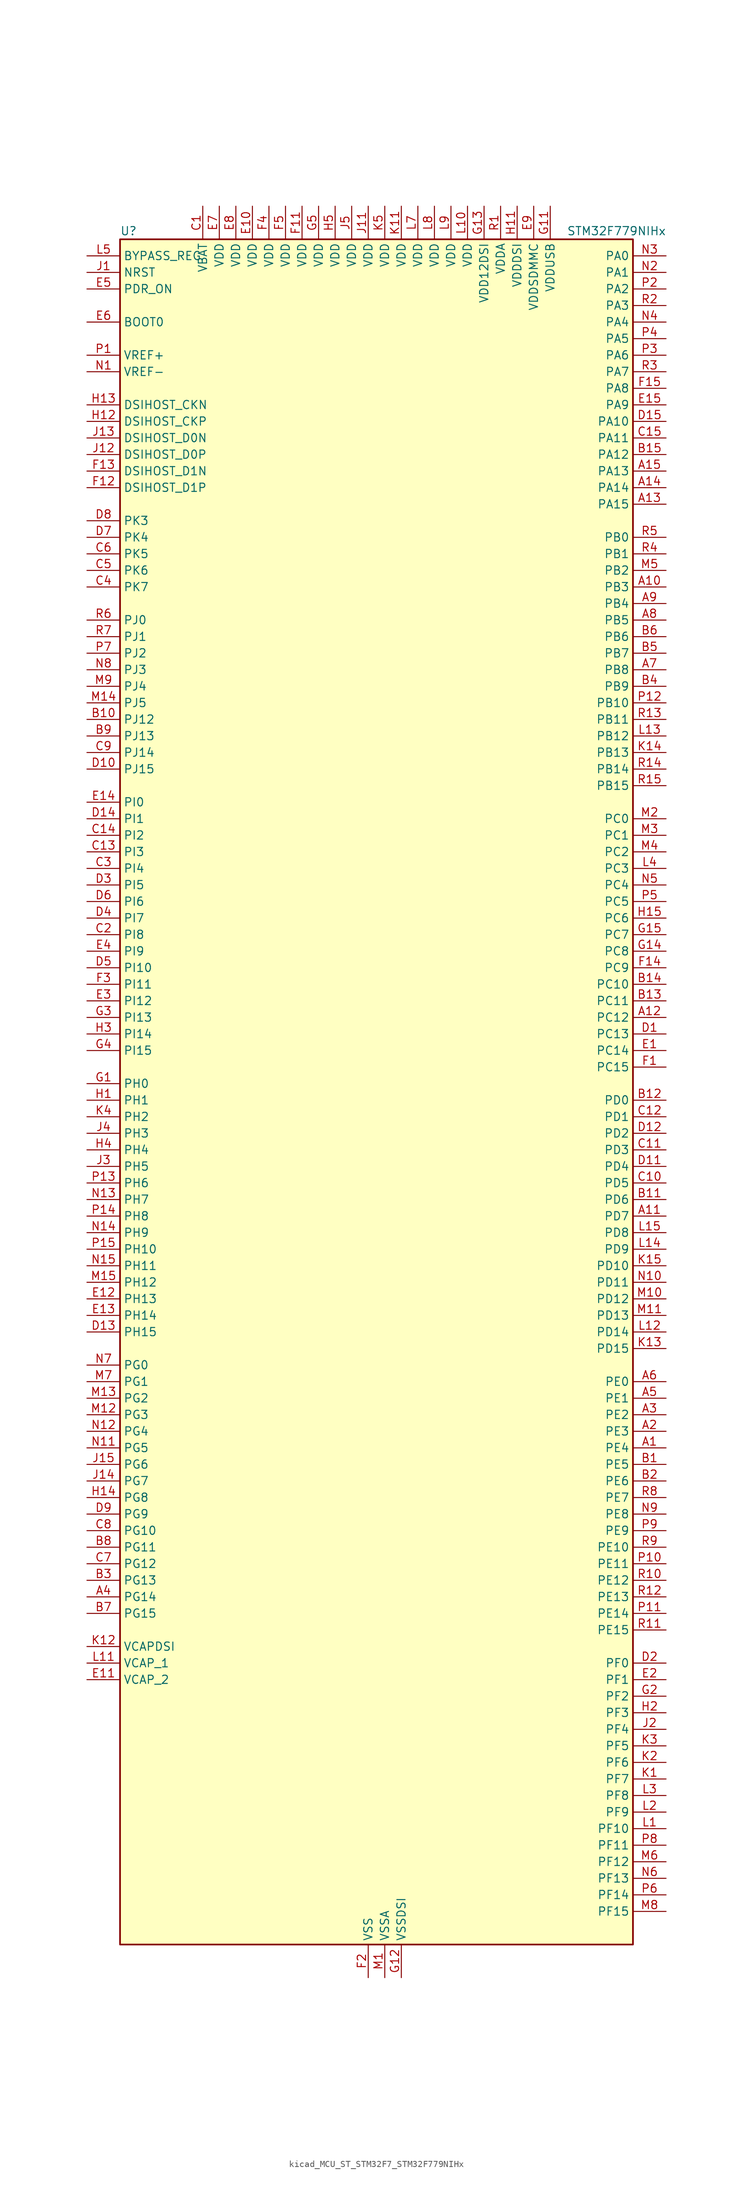
<source format=kicad_sym>
(kicad_symbol_lib
  (version 20220914)
  (generator kicad_symbol_editor)
  (symbol "kicad_MCU_ST_STM32F7_STM32F779NIHx"
    (property "Reference" "U"
      (at -38.1 133.35 0)
      (effects (font (size 1.27 1.27)) (justify left)))
    (property "Value" "STM32F779NIHx"
      (at 30.48 133.35 0)
      (effects (font (size 1.27 1.27)) (justify left)))
    (property "ki_locked" ""
      (at 0 0 0)
      (effects (font (size 1.27 1.27))))
    (symbol "kicad_MCU_ST_STM32F7_STM32F779NIHx_0_1"
      (rectangle (start -38.1 -129.54) (end 40.64 132.08) (stroke (width 0.254) (type default)) (fill (type background))))
    (symbol "kicad_MCU_ST_STM32F7_STM32F779NIHx_1_1"
      (pin bidirectional line (at 45.72 -53.34 180) (length 5.08) (name "PE4" (effects (font (size 1.27 1.27)))) (number "A1" (effects (font (size 1.27 1.27)))) (alternate "DCMI_D4" bidirectional line) (alternate "DFSDM1_DATIN3" bidirectional line) (alternate "FMC_A20" bidirectional line) (alternate "LTDC_B0" bidirectional line) (alternate "SAI1_FS_A" bidirectional line) (alternate "SPI4_NSS" bidirectional line) (alternate "SYS_TRACED1" bidirectional line))
      (pin bidirectional line (at 45.72 78.74 180) (length 5.08) (name "PB3" (effects (font (size 1.27 1.27)))) (number "A10" (effects (font (size 1.27 1.27)))) (alternate "CAN3_RX" bidirectional line) (alternate "I2S1_CK" bidirectional line) (alternate "I2S3_CK" bidirectional line) (alternate "SDMMC2_D2" bidirectional line) (alternate "SPI1_SCK" bidirectional line) (alternate "SPI3_SCK" bidirectional line) (alternate "SPI6_SCK" bidirectional line) (alternate "SYS_JTDO-SWO" bidirectional line) (alternate "TIM2_CH2" bidirectional line) (alternate "UART7_RX" bidirectional line))
      (pin bidirectional line (at 45.72 -17.78 180) (length 5.08) (name "PD7" (effects (font (size 1.27 1.27)))) (number "A11" (effects (font (size 1.27 1.27)))) (alternate "DFSDM1_CKIN1" bidirectional line) (alternate "DFSDM1_DATIN4" bidirectional line) (alternate "FMC_NE1" bidirectional line) (alternate "I2S1_SD" bidirectional line) (alternate "SDMMC2_CMD" bidirectional line) (alternate "SPDIFRX_IN0" bidirectional line) (alternate "SPI1_MOSI" bidirectional line) (alternate "USART2_CK" bidirectional line))
      (pin bidirectional line (at 45.72 12.7 180) (length 5.08) (name "PC12" (effects (font (size 1.27 1.27)))) (number "A12" (effects (font (size 1.27 1.27)))) (alternate "DCMI_D9" bidirectional line) (alternate "I2S3_SD" bidirectional line) (alternate "SDMMC1_CK" bidirectional line) (alternate "SPI3_MOSI" bidirectional line) (alternate "SYS_TRACED3" bidirectional line) (alternate "UART5_TX" bidirectional line) (alternate "USART3_CK" bidirectional line))
      (pin bidirectional line (at 45.72 91.44 180) (length 5.08) (name "PA15" (effects (font (size 1.27 1.27)))) (number "A13" (effects (font (size 1.27 1.27)))) (alternate "CAN3_TX" bidirectional line) (alternate "CEC" bidirectional line) (alternate "I2S1_WS" bidirectional line) (alternate "I2S3_WS" bidirectional line) (alternate "SPI1_NSS" bidirectional line) (alternate "SPI3_NSS" bidirectional line) (alternate "SPI6_NSS" bidirectional line) (alternate "SYS_JTDI" bidirectional line) (alternate "TIM2_CH1" bidirectional line) (alternate "TIM2_ETR" bidirectional line) (alternate "UART4_DE" bidirectional line) (alternate "UART4_RTS" bidirectional line) (alternate "UART7_TX" bidirectional line))
      (pin bidirectional line (at 45.72 93.98 180) (length 5.08) (name "PA14" (effects (font (size 1.27 1.27)))) (number "A14" (effects (font (size 1.27 1.27)))) (alternate "SYS_JTCK-SWCLK" bidirectional line))
      (pin bidirectional line (at 45.72 96.52 180) (length 5.08) (name "PA13" (effects (font (size 1.27 1.27)))) (number "A15" (effects (font (size 1.27 1.27)))) (alternate "SYS_JTMS-SWDIO" bidirectional line))
      (pin bidirectional line (at 45.72 -50.8 180) (length 5.08) (name "PE3" (effects (font (size 1.27 1.27)))) (number "A2" (effects (font (size 1.27 1.27)))) (alternate "FMC_A19" bidirectional line) (alternate "SAI1_SD_B" bidirectional line) (alternate "SYS_TRACED0" bidirectional line))
      (pin bidirectional line (at 45.72 -48.26 180) (length 5.08) (name "PE2" (effects (font (size 1.27 1.27)))) (number "A3" (effects (font (size 1.27 1.27)))) (alternate "ETH_TXD3" bidirectional line) (alternate "FMC_A23" bidirectional line) (alternate "QUADSPI_BK1_IO2" bidirectional line) (alternate "SAI1_MCLK_A" bidirectional line) (alternate "SPI4_SCK" bidirectional line) (alternate "SYS_TRACECLK" bidirectional line))
      (pin bidirectional line (at -43.18 -76.2 0) (length 5.08) (name "PG14" (effects (font (size 1.27 1.27)))) (number "A4" (effects (font (size 1.27 1.27)))) (alternate "ETH_TXD1" bidirectional line) (alternate "FMC_A25" bidirectional line) (alternate "LPTIM1_ETR" bidirectional line) (alternate "LTDC_B0" bidirectional line) (alternate "QUADSPI_BK2_IO3" bidirectional line) (alternate "SPI6_MOSI" bidirectional line) (alternate "SYS_TRACED1" bidirectional line) (alternate "USART6_TX" bidirectional line))
      (pin bidirectional line (at 45.72 -45.72 180) (length 5.08) (name "PE1" (effects (font (size 1.27 1.27)))) (number "A5" (effects (font (size 1.27 1.27)))) (alternate "DCMI_D3" bidirectional line) (alternate "FMC_NBL1" bidirectional line) (alternate "LPTIM1_IN2" bidirectional line) (alternate "UART8_TX" bidirectional line))
      (pin bidirectional line (at 45.72 -43.18 180) (length 5.08) (name "PE0" (effects (font (size 1.27 1.27)))) (number "A6" (effects (font (size 1.27 1.27)))) (alternate "DCMI_D2" bidirectional line) (alternate "FMC_NBL0" bidirectional line) (alternate "LPTIM1_ETR" bidirectional line) (alternate "SAI2_MCLK_A" bidirectional line) (alternate "TIM4_ETR" bidirectional line) (alternate "UART8_RX" bidirectional line))
      (pin bidirectional line (at 45.72 66.04 180) (length 5.08) (name "PB8" (effects (font (size 1.27 1.27)))) (number "A7" (effects (font (size 1.27 1.27)))) (alternate "CAN1_RX" bidirectional line) (alternate "DCMI_D6" bidirectional line) (alternate "DFSDM1_CKIN7" bidirectional line) (alternate "ETH_TXD3" bidirectional line) (alternate "I2C1_SCL" bidirectional line) (alternate "I2C4_SCL" bidirectional line) (alternate "LTDC_B6" bidirectional line) (alternate "SDMMC1_D4" bidirectional line) (alternate "SDMMC2_D4" bidirectional line) (alternate "TIM10_CH1" bidirectional line) (alternate "TIM4_CH3" bidirectional line) (alternate "UART5_RX" bidirectional line))
      (pin bidirectional line (at 45.72 73.66 180) (length 5.08) (name "PB5" (effects (font (size 1.27 1.27)))) (number "A8" (effects (font (size 1.27 1.27)))) (alternate "CAN2_RX" bidirectional line) (alternate "DCMI_D10" bidirectional line) (alternate "ETH_PPS_OUT" bidirectional line) (alternate "FMC_SDCKE1" bidirectional line) (alternate "I2C1_SMBA" bidirectional line) (alternate "I2S1_SD" bidirectional line) (alternate "I2S3_SD" bidirectional line) (alternate "LTDC_G7" bidirectional line) (alternate "SPI1_MOSI" bidirectional line) (alternate "SPI3_MOSI" bidirectional line) (alternate "SPI6_MOSI" bidirectional line) (alternate "TIM3_CH2" bidirectional line) (alternate "UART5_RX" bidirectional line) (alternate "USB_OTG_HS_ULPI_D7" bidirectional line))
      (pin bidirectional line (at 45.72 76.2 180) (length 5.08) (name "PB4" (effects (font (size 1.27 1.27)))) (number "A9" (effects (font (size 1.27 1.27)))) (alternate "CAN3_TX" bidirectional line) (alternate "I2S2_WS" bidirectional line) (alternate "SDMMC2_D3" bidirectional line) (alternate "SPI1_MISO" bidirectional line) (alternate "SPI2_NSS" bidirectional line) (alternate "SPI3_MISO" bidirectional line) (alternate "SPI6_MISO" bidirectional line) (alternate "SYS_JTRST" bidirectional line) (alternate "TIM3_CH1" bidirectional line) (alternate "UART7_TX" bidirectional line))
      (pin bidirectional line (at 45.72 -55.88 180) (length 5.08) (name "PE5" (effects (font (size 1.27 1.27)))) (number "B1" (effects (font (size 1.27 1.27)))) (alternate "DCMI_D6" bidirectional line) (alternate "DFSDM1_CKIN3" bidirectional line) (alternate "FMC_A21" bidirectional line) (alternate "LTDC_G0" bidirectional line) (alternate "SAI1_SCK_A" bidirectional line) (alternate "SPI4_MISO" bidirectional line) (alternate "SYS_TRACED2" bidirectional line) (alternate "TIM9_CH1" bidirectional line))
      (pin bidirectional line (at -43.18 58.42 0) (length 5.08) (name "PJ12" (effects (font (size 1.27 1.27)))) (number "B10" (effects (font (size 1.27 1.27)))) (alternate "LTDC_B0" bidirectional line) (alternate "LTDC_G3" bidirectional line))
      (pin bidirectional line (at 45.72 -15.24 180) (length 5.08) (name "PD6" (effects (font (size 1.27 1.27)))) (number "B11" (effects (font (size 1.27 1.27)))) (alternate "DCMI_D10" bidirectional line) (alternate "DFSDM1_CKIN4" bidirectional line) (alternate "DFSDM1_DATIN1" bidirectional line) (alternate "FMC_NWAIT" bidirectional line) (alternate "I2S3_SD" bidirectional line) (alternate "LTDC_B2" bidirectional line) (alternate "SAI1_SD_A" bidirectional line) (alternate "SDMMC2_CK" bidirectional line) (alternate "SPI3_MOSI" bidirectional line) (alternate "USART2_RX" bidirectional line))
      (pin bidirectional line (at 45.72 0 180) (length 5.08) (name "PD0" (effects (font (size 1.27 1.27)))) (number "B12" (effects (font (size 1.27 1.27)))) (alternate "CAN1_RX" bidirectional line) (alternate "DFSDM1_CKIN6" bidirectional line) (alternate "DFSDM1_DATIN7" bidirectional line) (alternate "FMC_D2" bidirectional line) (alternate "FMC_DA2" bidirectional line) (alternate "UART4_RX" bidirectional line))
      (pin bidirectional line (at 45.72 15.24 180) (length 5.08) (name "PC11" (effects (font (size 1.27 1.27)))) (number "B13" (effects (font (size 1.27 1.27)))) (alternate "ADC1_EXTI11" bidirectional line) (alternate "ADC2_EXTI11" bidirectional line) (alternate "ADC3_EXTI11" bidirectional line) (alternate "DCMI_D4" bidirectional line) (alternate "DFSDM1_DATIN5" bidirectional line) (alternate "QUADSPI_BK2_NCS" bidirectional line) (alternate "SDMMC1_D3" bidirectional line) (alternate "SPI3_MISO" bidirectional line) (alternate "UART4_RX" bidirectional line) (alternate "USART3_RX" bidirectional line))
      (pin bidirectional line (at 45.72 17.78 180) (length 5.08) (name "PC10" (effects (font (size 1.27 1.27)))) (number "B14" (effects (font (size 1.27 1.27)))) (alternate "DCMI_D8" bidirectional line) (alternate "DFSDM1_CKIN5" bidirectional line) (alternate "I2S3_CK" bidirectional line) (alternate "LTDC_R2" bidirectional line) (alternate "QUADSPI_BK1_IO1" bidirectional line) (alternate "SDMMC1_D2" bidirectional line) (alternate "SPI3_SCK" bidirectional line) (alternate "UART4_TX" bidirectional line) (alternate "USART3_TX" bidirectional line))
      (pin bidirectional line (at 45.72 99.06 180) (length 5.08) (name "PA12" (effects (font (size 1.27 1.27)))) (number "B15" (effects (font (size 1.27 1.27)))) (alternate "CAN1_TX" bidirectional line) (alternate "I2S2_CK" bidirectional line) (alternate "LTDC_R5" bidirectional line) (alternate "SAI2_FS_B" bidirectional line) (alternate "SPI2_SCK" bidirectional line) (alternate "TIM1_ETR" bidirectional line) (alternate "UART4_TX" bidirectional line) (alternate "USART1_DE" bidirectional line) (alternate "USART1_RTS" bidirectional line) (alternate "USB_OTG_FS_DP" bidirectional line))
      (pin bidirectional line (at 45.72 -58.42 180) (length 5.08) (name "PE6" (effects (font (size 1.27 1.27)))) (number "B2" (effects (font (size 1.27 1.27)))) (alternate "DCMI_D7" bidirectional line) (alternate "FMC_A22" bidirectional line) (alternate "LTDC_G1" bidirectional line) (alternate "SAI1_SD_A" bidirectional line) (alternate "SAI2_MCLK_B" bidirectional line) (alternate "SPI4_MOSI" bidirectional line) (alternate "SYS_TRACED3" bidirectional line) (alternate "TIM1_BKIN2" bidirectional line) (alternate "TIM9_CH2" bidirectional line))
      (pin bidirectional line (at -43.18 -73.66 0) (length 5.08) (name "PG13" (effects (font (size 1.27 1.27)))) (number "B3" (effects (font (size 1.27 1.27)))) (alternate "ETH_TXD0" bidirectional line) (alternate "FMC_A24" bidirectional line) (alternate "LPTIM1_OUT" bidirectional line) (alternate "LTDC_R0" bidirectional line) (alternate "SPI6_SCK" bidirectional line) (alternate "SYS_TRACED0" bidirectional line) (alternate "USART6_CTS" bidirectional line))
      (pin bidirectional line (at 45.72 63.5 180) (length 5.08) (name "PB9" (effects (font (size 1.27 1.27)))) (number "B4" (effects (font (size 1.27 1.27)))) (alternate "CAN1_TX" bidirectional line) (alternate "DAC_EXTI9" bidirectional line) (alternate "DCMI_D7" bidirectional line) (alternate "DFSDM1_DATIN7" bidirectional line) (alternate "I2C1_SDA" bidirectional line) (alternate "I2C4_SDA" bidirectional line) (alternate "I2C4_SMBA" bidirectional line) (alternate "I2S2_WS" bidirectional line) (alternate "LTDC_B7" bidirectional line) (alternate "SDMMC1_D5" bidirectional line) (alternate "SDMMC2_D5" bidirectional line) (alternate "SPI2_NSS" bidirectional line) (alternate "TIM11_CH1" bidirectional line) (alternate "TIM4_CH4" bidirectional line) (alternate "UART5_TX" bidirectional line))
      (pin bidirectional line (at 45.72 68.58 180) (length 5.08) (name "PB7" (effects (font (size 1.27 1.27)))) (number "B5" (effects (font (size 1.27 1.27)))) (alternate "DCMI_VSYNC" bidirectional line) (alternate "DFSDM1_CKIN5" bidirectional line) (alternate "FMC_NL" bidirectional line) (alternate "I2C1_SDA" bidirectional line) (alternate "I2C4_SDA" bidirectional line) (alternate "TIM4_CH2" bidirectional line) (alternate "USART1_RX" bidirectional line))
      (pin bidirectional line (at 45.72 71.12 180) (length 5.08) (name "PB6" (effects (font (size 1.27 1.27)))) (number "B6" (effects (font (size 1.27 1.27)))) (alternate "CAN2_TX" bidirectional line) (alternate "CEC" bidirectional line) (alternate "DCMI_D5" bidirectional line) (alternate "DFSDM1_DATIN5" bidirectional line) (alternate "FMC_SDNE1" bidirectional line) (alternate "I2C1_SCL" bidirectional line) (alternate "I2C4_SCL" bidirectional line) (alternate "QUADSPI_BK1_NCS" bidirectional line) (alternate "TIM4_CH1" bidirectional line) (alternate "UART5_TX" bidirectional line) (alternate "USART1_TX" bidirectional line))
      (pin bidirectional line (at -43.18 -78.74 0) (length 5.08) (name "PG15" (effects (font (size 1.27 1.27)))) (number "B7" (effects (font (size 1.27 1.27)))) (alternate "DCMI_D13" bidirectional line) (alternate "FMC_SDNCAS" bidirectional line) (alternate "USART6_CTS" bidirectional line))
      (pin bidirectional line (at -43.18 -68.58 0) (length 5.08) (name "PG11" (effects (font (size 1.27 1.27)))) (number "B8" (effects (font (size 1.27 1.27)))) (alternate "ADC1_EXTI11" bidirectional line) (alternate "ADC2_EXTI11" bidirectional line) (alternate "ADC3_EXTI11" bidirectional line) (alternate "DCMI_D3" bidirectional line) (alternate "ETH_TX_EN" bidirectional line) (alternate "I2S1_CK" bidirectional line) (alternate "LTDC_B3" bidirectional line) (alternate "SDMMC2_D2" bidirectional line) (alternate "SPDIFRX_IN0" bidirectional line) (alternate "SPI1_SCK" bidirectional line))
      (pin bidirectional line (at -43.18 55.88 0) (length 5.08) (name "PJ13" (effects (font (size 1.27 1.27)))) (number "B9" (effects (font (size 1.27 1.27)))) (alternate "LTDC_B1" bidirectional line) (alternate "LTDC_G4" bidirectional line))
      (pin power_in line (at -25.4 137.16 270) (length 5.08) (name "VBAT" (effects (font (size 1.27 1.27)))) (number "C1" (effects (font (size 1.27 1.27)))))
      (pin bidirectional line (at 45.72 -12.7 180) (length 5.08) (name "PD5" (effects (font (size 1.27 1.27)))) (number "C10" (effects (font (size 1.27 1.27)))) (alternate "FMC_NWE" bidirectional line) (alternate "USART2_TX" bidirectional line))
      (pin bidirectional line (at 45.72 -7.62 180) (length 5.08) (name "PD3" (effects (font (size 1.27 1.27)))) (number "C11" (effects (font (size 1.27 1.27)))) (alternate "DCMI_D5" bidirectional line) (alternate "DFSDM1_CKOUT" bidirectional line) (alternate "DFSDM1_DATIN0" bidirectional line) (alternate "FMC_CLK" bidirectional line) (alternate "I2S2_CK" bidirectional line) (alternate "LTDC_G7" bidirectional line) (alternate "SPI2_SCK" bidirectional line) (alternate "USART2_CTS" bidirectional line))
      (pin bidirectional line (at 45.72 -2.54 180) (length 5.08) (name "PD1" (effects (font (size 1.27 1.27)))) (number "C12" (effects (font (size 1.27 1.27)))) (alternate "CAN1_TX" bidirectional line) (alternate "DFSDM1_CKIN7" bidirectional line) (alternate "DFSDM1_DATIN6" bidirectional line) (alternate "FMC_D3" bidirectional line) (alternate "FMC_DA3" bidirectional line) (alternate "UART4_TX" bidirectional line))
      (pin bidirectional line (at -43.18 38.1 0) (length 5.08) (name "PI3" (effects (font (size 1.27 1.27)))) (number "C13" (effects (font (size 1.27 1.27)))) (alternate "DCMI_D10" bidirectional line) (alternate "FMC_D27" bidirectional line) (alternate "I2S2_SD" bidirectional line) (alternate "SPI2_MOSI" bidirectional line) (alternate "TIM8_ETR" bidirectional line))
      (pin bidirectional line (at -43.18 40.64 0) (length 5.08) (name "PI2" (effects (font (size 1.27 1.27)))) (number "C14" (effects (font (size 1.27 1.27)))) (alternate "DCMI_D9" bidirectional line) (alternate "FMC_D26" bidirectional line) (alternate "LTDC_G7" bidirectional line) (alternate "SPI2_MISO" bidirectional line) (alternate "TIM8_CH4" bidirectional line))
      (pin bidirectional line (at 45.72 101.6 180) (length 5.08) (name "PA11" (effects (font (size 1.27 1.27)))) (number "C15" (effects (font (size 1.27 1.27)))) (alternate "ADC1_EXTI11" bidirectional line) (alternate "ADC2_EXTI11" bidirectional line) (alternate "ADC3_EXTI11" bidirectional line) (alternate "CAN1_RX" bidirectional line) (alternate "I2S2_WS" bidirectional line) (alternate "LTDC_R4" bidirectional line) (alternate "SPI2_NSS" bidirectional line) (alternate "TIM1_CH4" bidirectional line) (alternate "UART4_RX" bidirectional line) (alternate "USART1_CTS" bidirectional line) (alternate "USB_OTG_FS_DM" bidirectional line))
      (pin bidirectional line (at -43.18 25.4 0) (length 5.08) (name "PI8" (effects (font (size 1.27 1.27)))) (number "C2" (effects (font (size 1.27 1.27)))) (alternate "RTC_TAMP2" bidirectional line) (alternate "RTC_TS" bidirectional line) (alternate "SYS_WKUP5" bidirectional line))
      (pin bidirectional line (at -43.18 35.56 0) (length 5.08) (name "PI4" (effects (font (size 1.27 1.27)))) (number "C3" (effects (font (size 1.27 1.27)))) (alternate "DCMI_D5" bidirectional line) (alternate "FMC_NBL2" bidirectional line) (alternate "LTDC_B4" bidirectional line) (alternate "SAI2_MCLK_A" bidirectional line) (alternate "TIM8_BKIN" bidirectional line))
      (pin bidirectional line (at -43.18 78.74 0) (length 5.08) (name "PK7" (effects (font (size 1.27 1.27)))) (number "C4" (effects (font (size 1.27 1.27)))) (alternate "LTDC_DE" bidirectional line))
      (pin bidirectional line (at -43.18 81.28 0) (length 5.08) (name "PK6" (effects (font (size 1.27 1.27)))) (number "C5" (effects (font (size 1.27 1.27)))) (alternate "LTDC_B7" bidirectional line))
      (pin bidirectional line (at -43.18 83.82 0) (length 5.08) (name "PK5" (effects (font (size 1.27 1.27)))) (number "C6" (effects (font (size 1.27 1.27)))) (alternate "LTDC_B6" bidirectional line))
      (pin bidirectional line (at -43.18 -71.12 0) (length 5.08) (name "PG12" (effects (font (size 1.27 1.27)))) (number "C7" (effects (font (size 1.27 1.27)))) (alternate "FMC_NE4" bidirectional line) (alternate "LPTIM1_IN1" bidirectional line) (alternate "LTDC_B1" bidirectional line) (alternate "LTDC_B4" bidirectional line) (alternate "SDMMC2_D3" bidirectional line) (alternate "SPDIFRX_IN1" bidirectional line) (alternate "SPI6_MISO" bidirectional line) (alternate "USART6_DE" bidirectional line) (alternate "USART6_RTS" bidirectional line))
      (pin bidirectional line (at -43.18 -66.04 0) (length 5.08) (name "PG10" (effects (font (size 1.27 1.27)))) (number "C8" (effects (font (size 1.27 1.27)))) (alternate "DCMI_D2" bidirectional line) (alternate "FMC_NE3" bidirectional line) (alternate "I2S1_WS" bidirectional line) (alternate "LTDC_B2" bidirectional line) (alternate "LTDC_G3" bidirectional line) (alternate "SAI2_SD_B" bidirectional line) (alternate "SDMMC2_D1" bidirectional line) (alternate "SPI1_NSS" bidirectional line))
      (pin bidirectional line (at -43.18 53.34 0) (length 5.08) (name "PJ14" (effects (font (size 1.27 1.27)))) (number "C9" (effects (font (size 1.27 1.27)))) (alternate "LTDC_B2" bidirectional line))
      (pin bidirectional line (at 45.72 10.16 180) (length 5.08) (name "PC13" (effects (font (size 1.27 1.27)))) (number "D1" (effects (font (size 1.27 1.27)))) (alternate "RTC_OUT" bidirectional line) (alternate "RTC_TAMP1" bidirectional line) (alternate "RTC_TS" bidirectional line) (alternate "SYS_WKUP4" bidirectional line))
      (pin bidirectional line (at -43.18 50.8 0) (length 5.08) (name "PJ15" (effects (font (size 1.27 1.27)))) (number "D10" (effects (font (size 1.27 1.27)))) (alternate "LTDC_B3" bidirectional line))
      (pin bidirectional line (at 45.72 -10.16 180) (length 5.08) (name "PD4" (effects (font (size 1.27 1.27)))) (number "D11" (effects (font (size 1.27 1.27)))) (alternate "DFSDM1_CKIN0" bidirectional line) (alternate "FMC_NOE" bidirectional line) (alternate "USART2_DE" bidirectional line) (alternate "USART2_RTS" bidirectional line))
      (pin bidirectional line (at 45.72 -5.08 180) (length 5.08) (name "PD2" (effects (font (size 1.27 1.27)))) (number "D12" (effects (font (size 1.27 1.27)))) (alternate "DCMI_D11" bidirectional line) (alternate "SDMMC1_CMD" bidirectional line) (alternate "SYS_TRACED2" bidirectional line) (alternate "TIM3_ETR" bidirectional line) (alternate "UART5_RX" bidirectional line))
      (pin bidirectional line (at -43.18 -35.56 0) (length 5.08) (name "PH15" (effects (font (size 1.27 1.27)))) (number "D13" (effects (font (size 1.27 1.27)))) (alternate "DCMI_D11" bidirectional line) (alternate "FMC_D23" bidirectional line) (alternate "LTDC_G4" bidirectional line) (alternate "TIM8_CH3N" bidirectional line))
      (pin bidirectional line (at -43.18 43.18 0) (length 5.08) (name "PI1" (effects (font (size 1.27 1.27)))) (number "D14" (effects (font (size 1.27 1.27)))) (alternate "DCMI_D8" bidirectional line) (alternate "FMC_D25" bidirectional line) (alternate "I2S2_CK" bidirectional line) (alternate "LTDC_G6" bidirectional line) (alternate "SPI2_SCK" bidirectional line) (alternate "TIM8_BKIN2" bidirectional line))
      (pin bidirectional line (at 45.72 104.14 180) (length 5.08) (name "PA10" (effects (font (size 1.27 1.27)))) (number "D15" (effects (font (size 1.27 1.27)))) (alternate "DCMI_D1" bidirectional line) (alternate "LTDC_B1" bidirectional line) (alternate "LTDC_B4" bidirectional line) (alternate "MDIOS_MDIO" bidirectional line) (alternate "TIM1_CH3" bidirectional line) (alternate "USART1_RX" bidirectional line) (alternate "USB_OTG_FS_ID" bidirectional line))
      (pin bidirectional line (at 45.72 -86.36 180) (length 5.08) (name "PF0" (effects (font (size 1.27 1.27)))) (number "D2" (effects (font (size 1.27 1.27)))) (alternate "FMC_A0" bidirectional line) (alternate "I2C2_SDA" bidirectional line))
      (pin bidirectional line (at -43.18 33.02 0) (length 5.08) (name "PI5" (effects (font (size 1.27 1.27)))) (number "D3" (effects (font (size 1.27 1.27)))) (alternate "DCMI_VSYNC" bidirectional line) (alternate "FMC_NBL3" bidirectional line) (alternate "LTDC_B5" bidirectional line) (alternate "SAI2_SCK_A" bidirectional line) (alternate "TIM8_CH1" bidirectional line))
      (pin bidirectional line (at -43.18 27.94 0) (length 5.08) (name "PI7" (effects (font (size 1.27 1.27)))) (number "D4" (effects (font (size 1.27 1.27)))) (alternate "DCMI_D7" bidirectional line) (alternate "FMC_D29" bidirectional line) (alternate "LTDC_B7" bidirectional line) (alternate "SAI2_FS_A" bidirectional line) (alternate "TIM8_CH3" bidirectional line))
      (pin bidirectional line (at -43.18 20.32 0) (length 5.08) (name "PI10" (effects (font (size 1.27 1.27)))) (number "D5" (effects (font (size 1.27 1.27)))) (alternate "ETH_RX_ER" bidirectional line) (alternate "FMC_D31" bidirectional line) (alternate "LTDC_HSYNC" bidirectional line))
      (pin bidirectional line (at -43.18 30.48 0) (length 5.08) (name "PI6" (effects (font (size 1.27 1.27)))) (number "D6" (effects (font (size 1.27 1.27)))) (alternate "DCMI_D6" bidirectional line) (alternate "FMC_D28" bidirectional line) (alternate "LTDC_B6" bidirectional line) (alternate "SAI2_SD_A" bidirectional line) (alternate "TIM8_CH2" bidirectional line))
      (pin bidirectional line (at -43.18 86.36 0) (length 5.08) (name "PK4" (effects (font (size 1.27 1.27)))) (number "D7" (effects (font (size 1.27 1.27)))) (alternate "LTDC_B5" bidirectional line))
      (pin bidirectional line (at -43.18 88.9 0) (length 5.08) (name "PK3" (effects (font (size 1.27 1.27)))) (number "D8" (effects (font (size 1.27 1.27)))) (alternate "LTDC_B4" bidirectional line))
      (pin bidirectional line (at -43.18 -63.5 0) (length 5.08) (name "PG9" (effects (font (size 1.27 1.27)))) (number "D9" (effects (font (size 1.27 1.27)))) (alternate "DAC_EXTI9" bidirectional line) (alternate "DCMI_VSYNC" bidirectional line) (alternate "FMC_NCE" bidirectional line) (alternate "FMC_NE2" bidirectional line) (alternate "QUADSPI_BK2_IO2" bidirectional line) (alternate "SAI2_FS_B" bidirectional line) (alternate "SDMMC2_D0" bidirectional line) (alternate "SPDIFRX_IN3" bidirectional line) (alternate "SPI1_MISO" bidirectional line) (alternate "USART6_RX" bidirectional line))
      (pin bidirectional line (at 45.72 7.62 180) (length 5.08) (name "PC14" (effects (font (size 1.27 1.27)))) (number "E1" (effects (font (size 1.27 1.27)))) (alternate "RCC_OSC32_IN" bidirectional line))
      (pin power_in line (at -17.78 137.16 270) (length 5.08) (name "VDD" (effects (font (size 1.27 1.27)))) (number "E10" (effects (font (size 1.27 1.27)))))
      (pin power_out line (at -43.18 -88.9 0) (length 5.08) (name "VCAP_2" (effects (font (size 1.27 1.27)))) (number "E11" (effects (font (size 1.27 1.27)))))
      (pin bidirectional line (at -43.18 -30.48 0) (length 5.08) (name "PH13" (effects (font (size 1.27 1.27)))) (number "E12" (effects (font (size 1.27 1.27)))) (alternate "CAN1_TX" bidirectional line) (alternate "FMC_D21" bidirectional line) (alternate "LTDC_G2" bidirectional line) (alternate "TIM8_CH1N" bidirectional line) (alternate "UART4_TX" bidirectional line))
      (pin bidirectional line (at -43.18 -33.02 0) (length 5.08) (name "PH14" (effects (font (size 1.27 1.27)))) (number "E13" (effects (font (size 1.27 1.27)))) (alternate "CAN1_RX" bidirectional line) (alternate "DCMI_D4" bidirectional line) (alternate "FMC_D22" bidirectional line) (alternate "LTDC_G3" bidirectional line) (alternate "TIM8_CH2N" bidirectional line) (alternate "UART4_RX" bidirectional line))
      (pin bidirectional line (at -43.18 45.72 0) (length 5.08) (name "PI0" (effects (font (size 1.27 1.27)))) (number "E14" (effects (font (size 1.27 1.27)))) (alternate "DCMI_D13" bidirectional line) (alternate "FMC_D24" bidirectional line) (alternate "I2S2_WS" bidirectional line) (alternate "LTDC_G5" bidirectional line) (alternate "SPI2_NSS" bidirectional line) (alternate "TIM5_CH4" bidirectional line))
      (pin bidirectional line (at 45.72 106.68 180) (length 5.08) (name "PA9" (effects (font (size 1.27 1.27)))) (number "E15" (effects (font (size 1.27 1.27)))) (alternate "DAC_EXTI9" bidirectional line) (alternate "DCMI_D0" bidirectional line) (alternate "I2C3_SMBA" bidirectional line) (alternate "I2S2_CK" bidirectional line) (alternate "LTDC_R5" bidirectional line) (alternate "SPI2_SCK" bidirectional line) (alternate "TIM1_CH2" bidirectional line) (alternate "USART1_TX" bidirectional line) (alternate "USB_OTG_FS_VBUS" bidirectional line))
      (pin bidirectional line (at 45.72 -88.9 180) (length 5.08) (name "PF1" (effects (font (size 1.27 1.27)))) (number "E2" (effects (font (size 1.27 1.27)))) (alternate "FMC_A1" bidirectional line) (alternate "I2C2_SCL" bidirectional line))
      (pin bidirectional line (at -43.18 15.24 0) (length 5.08) (name "PI12" (effects (font (size 1.27 1.27)))) (number "E3" (effects (font (size 1.27 1.27)))) (alternate "LTDC_HSYNC" bidirectional line))
      (pin bidirectional line (at -43.18 22.86 0) (length 5.08) (name "PI9" (effects (font (size 1.27 1.27)))) (number "E4" (effects (font (size 1.27 1.27)))) (alternate "CAN1_RX" bidirectional line) (alternate "DAC_EXTI9" bidirectional line) (alternate "FMC_D30" bidirectional line) (alternate "LTDC_VSYNC" bidirectional line) (alternate "UART4_RX" bidirectional line))
      (pin input line (at -43.18 124.46 0) (length 5.08) (name "PDR_ON" (effects (font (size 1.27 1.27)))) (number "E5" (effects (font (size 1.27 1.27)))))
      (pin input line (at -43.18 119.38 0) (length 5.08) (name "BOOT0" (effects (font (size 1.27 1.27)))) (number "E6" (effects (font (size 1.27 1.27)))))
      (pin power_in line (at -22.86 137.16 270) (length 5.08) (name "VDD" (effects (font (size 1.27 1.27)))) (number "E7" (effects (font (size 1.27 1.27)))))
      (pin power_in line (at -20.32 137.16 270) (length 5.08) (name "VDD" (effects (font (size 1.27 1.27)))) (number "E8" (effects (font (size 1.27 1.27)))))
      (pin power_in line (at 25.4 137.16 270) (length 5.08) (name "VDDSDMMC" (effects (font (size 1.27 1.27)))) (number "E9" (effects (font (size 1.27 1.27)))))
      (pin bidirectional line (at 45.72 5.08 180) (length 5.08) (name "PC15" (effects (font (size 1.27 1.27)))) (number "F1" (effects (font (size 1.27 1.27)))) (alternate "RCC_OSC32_OUT" bidirectional line))
      (pin passive line (at 0 -134.62 90) (length 5.08) hide (name "VSS" (effects (font (size 1.27 1.27)))) (number "F10" (effects (font (size 1.27 1.27)))))
      (pin power_in line (at -10.16 137.16 270) (length 5.08) (name "VDD" (effects (font (size 1.27 1.27)))) (number "F11" (effects (font (size 1.27 1.27)))))
      (pin bidirectional line (at -43.18 93.98 0) (length 5.08) (name "DSIHOST_D1P" (effects (font (size 1.27 1.27)))) (number "F12" (effects (font (size 1.27 1.27)))) (alternate "DSIHOST_D1P" bidirectional line))
      (pin bidirectional line (at -43.18 96.52 0) (length 5.08) (name "DSIHOST_D1N" (effects (font (size 1.27 1.27)))) (number "F13" (effects (font (size 1.27 1.27)))) (alternate "DSIHOST_D1N" bidirectional line))
      (pin bidirectional line (at 45.72 20.32 180) (length 5.08) (name "PC9" (effects (font (size 1.27 1.27)))) (number "F14" (effects (font (size 1.27 1.27)))) (alternate "DAC_EXTI9" bidirectional line) (alternate "DCMI_D3" bidirectional line) (alternate "I2C3_SDA" bidirectional line) (alternate "I2S_CKIN" bidirectional line) (alternate "LTDC_B2" bidirectional line) (alternate "LTDC_G3" bidirectional line) (alternate "QUADSPI_BK1_IO0" bidirectional line) (alternate "RCC_MCO_2" bidirectional line) (alternate "SDMMC1_D1" bidirectional line) (alternate "TIM3_CH4" bidirectional line) (alternate "TIM8_CH4" bidirectional line) (alternate "UART5_CTS" bidirectional line))
      (pin bidirectional line (at 45.72 109.22 180) (length 5.08) (name "PA8" (effects (font (size 1.27 1.27)))) (number "F15" (effects (font (size 1.27 1.27)))) (alternate "CAN3_RX" bidirectional line) (alternate "I2C3_SCL" bidirectional line) (alternate "LTDC_B3" bidirectional line) (alternate "LTDC_R6" bidirectional line) (alternate "RCC_MCO_1" bidirectional line) (alternate "TIM1_CH1" bidirectional line) (alternate "TIM8_BKIN2" bidirectional line) (alternate "UART7_RX" bidirectional line) (alternate "USART1_CK" bidirectional line) (alternate "USB_OTG_FS_SOF" bidirectional line))
      (pin power_in line (at 0 -134.62 90) (length 5.08) (name "VSS" (effects (font (size 1.27 1.27)))) (number "F2" (effects (font (size 1.27 1.27)))))
      (pin bidirectional line (at -43.18 17.78 0) (length 5.08) (name "PI11" (effects (font (size 1.27 1.27)))) (number "F3" (effects (font (size 1.27 1.27)))) (alternate "ADC1_EXTI11" bidirectional line) (alternate "ADC2_EXTI11" bidirectional line) (alternate "ADC3_EXTI11" bidirectional line) (alternate "LTDC_G6" bidirectional line) (alternate "SYS_WKUP6" bidirectional line) (alternate "USB_OTG_HS_ULPI_DIR" bidirectional line))
      (pin power_in line (at -15.24 137.16 270) (length 5.08) (name "VDD" (effects (font (size 1.27 1.27)))) (number "F4" (effects (font (size 1.27 1.27)))))
      (pin power_in line (at -12.7 137.16 270) (length 5.08) (name "VDD" (effects (font (size 1.27 1.27)))) (number "F5" (effects (font (size 1.27 1.27)))))
      (pin passive line (at 0 -134.62 90) (length 5.08) hide (name "VSS" (effects (font (size 1.27 1.27)))) (number "F6" (effects (font (size 1.27 1.27)))))
      (pin passive line (at 0 -134.62 90) (length 5.08) hide (name "VSS" (effects (font (size 1.27 1.27)))) (number "F7" (effects (font (size 1.27 1.27)))))
      (pin passive line (at 0 -134.62 90) (length 5.08) hide (name "VSS" (effects (font (size 1.27 1.27)))) (number "F8" (effects (font (size 1.27 1.27)))))
      (pin passive line (at 0 -134.62 90) (length 5.08) hide (name "VSS" (effects (font (size 1.27 1.27)))) (number "F9" (effects (font (size 1.27 1.27)))))
      (pin bidirectional line (at -43.18 2.54 0) (length 5.08) (name "PH0" (effects (font (size 1.27 1.27)))) (number "G1" (effects (font (size 1.27 1.27)))) (alternate "RCC_OSC_IN" bidirectional line))
      (pin passive line (at 0 -134.62 90) (length 5.08) hide (name "VSS" (effects (font (size 1.27 1.27)))) (number "G10" (effects (font (size 1.27 1.27)))))
      (pin power_in line (at 27.94 137.16 270) (length 5.08) (name "VDDUSB" (effects (font (size 1.27 1.27)))) (number "G11" (effects (font (size 1.27 1.27)))))
      (pin power_in line (at 5.08 -134.62 90) (length 5.08) (name "VSSDSI" (effects (font (size 1.27 1.27)))) (number "G12" (effects (font (size 1.27 1.27)))))
      (pin power_in line (at 17.78 137.16 270) (length 5.08) (name "VDD12DSI" (effects (font (size 1.27 1.27)))) (number "G13" (effects (font (size 1.27 1.27)))))
      (pin bidirectional line (at 45.72 22.86 180) (length 5.08) (name "PC8" (effects (font (size 1.27 1.27)))) (number "G14" (effects (font (size 1.27 1.27)))) (alternate "DCMI_D2" bidirectional line) (alternate "FMC_NCE" bidirectional line) (alternate "FMC_NE2" bidirectional line) (alternate "SDMMC1_D0" bidirectional line) (alternate "SYS_TRACED1" bidirectional line) (alternate "TIM3_CH3" bidirectional line) (alternate "TIM8_CH3" bidirectional line) (alternate "UART5_DE" bidirectional line) (alternate "UART5_RTS" bidirectional line) (alternate "USART6_CK" bidirectional line))
      (pin bidirectional line (at 45.72 25.4 180) (length 5.08) (name "PC7" (effects (font (size 1.27 1.27)))) (number "G15" (effects (font (size 1.27 1.27)))) (alternate "DCMI_D1" bidirectional line) (alternate "DFSDM1_DATIN3" bidirectional line) (alternate "FMC_NE1" bidirectional line) (alternate "I2S3_MCK" bidirectional line) (alternate "LTDC_G6" bidirectional line) (alternate "SDMMC1_D7" bidirectional line) (alternate "SDMMC2_D7" bidirectional line) (alternate "TIM3_CH2" bidirectional line) (alternate "TIM8_CH2" bidirectional line) (alternate "USART6_RX" bidirectional line))
      (pin bidirectional line (at 45.72 -91.44 180) (length 5.08) (name "PF2" (effects (font (size 1.27 1.27)))) (number "G2" (effects (font (size 1.27 1.27)))) (alternate "FMC_A2" bidirectional line) (alternate "I2C2_SMBA" bidirectional line))
      (pin bidirectional line (at -43.18 12.7 0) (length 5.08) (name "PI13" (effects (font (size 1.27 1.27)))) (number "G3" (effects (font (size 1.27 1.27)))) (alternate "LTDC_VSYNC" bidirectional line))
      (pin bidirectional line (at -43.18 7.62 0) (length 5.08) (name "PI15" (effects (font (size 1.27 1.27)))) (number "G4" (effects (font (size 1.27 1.27)))) (alternate "LTDC_G2" bidirectional line) (alternate "LTDC_R0" bidirectional line))
      (pin power_in line (at -7.62 137.16 270) (length 5.08) (name "VDD" (effects (font (size 1.27 1.27)))) (number "G5" (effects (font (size 1.27 1.27)))))
      (pin passive line (at 0 -134.62 90) (length 5.08) hide (name "VSS" (effects (font (size 1.27 1.27)))) (number "G6" (effects (font (size 1.27 1.27)))))
      (pin bidirectional line (at -43.18 0 0) (length 5.08) (name "PH1" (effects (font (size 1.27 1.27)))) (number "H1" (effects (font (size 1.27 1.27)))) (alternate "RCC_OSC_OUT" bidirectional line))
      (pin passive line (at 0 -134.62 90) (length 5.08) hide (name "VSS" (effects (font (size 1.27 1.27)))) (number "H10" (effects (font (size 1.27 1.27)))))
      (pin power_in line (at 22.86 137.16 270) (length 5.08) (name "VDDDSI" (effects (font (size 1.27 1.27)))) (number "H11" (effects (font (size 1.27 1.27)))))
      (pin bidirectional line (at -43.18 104.14 0) (length 5.08) (name "DSIHOST_CKP" (effects (font (size 1.27 1.27)))) (number "H12" (effects (font (size 1.27 1.27)))) (alternate "DSIHOST_CKP" bidirectional line))
      (pin bidirectional line (at -43.18 106.68 0) (length 5.08) (name "DSIHOST_CKN" (effects (font (size 1.27 1.27)))) (number "H13" (effects (font (size 1.27 1.27)))) (alternate "DSIHOST_CKN" bidirectional line))
      (pin bidirectional line (at -43.18 -60.96 0) (length 5.08) (name "PG8" (effects (font (size 1.27 1.27)))) (number "H14" (effects (font (size 1.27 1.27)))) (alternate "ETH_PPS_OUT" bidirectional line) (alternate "FMC_SDCLK" bidirectional line) (alternate "LTDC_G7" bidirectional line) (alternate "SPDIFRX_IN2" bidirectional line) (alternate "SPI6_NSS" bidirectional line) (alternate "USART6_DE" bidirectional line) (alternate "USART6_RTS" bidirectional line))
      (pin bidirectional line (at 45.72 27.94 180) (length 5.08) (name "PC6" (effects (font (size 1.27 1.27)))) (number "H15" (effects (font (size 1.27 1.27)))) (alternate "DCMI_D0" bidirectional line) (alternate "DFSDM1_CKIN3" bidirectional line) (alternate "FMC_NWAIT" bidirectional line) (alternate "I2S2_MCK" bidirectional line) (alternate "LTDC_HSYNC" bidirectional line) (alternate "SDMMC1_D6" bidirectional line) (alternate "SDMMC2_D6" bidirectional line) (alternate "TIM3_CH1" bidirectional line) (alternate "TIM8_CH1" bidirectional line) (alternate "USART6_TX" bidirectional line))
      (pin bidirectional line (at 45.72 -93.98 180) (length 5.08) (name "PF3" (effects (font (size 1.27 1.27)))) (number "H2" (effects (font (size 1.27 1.27)))) (alternate "ADC3_IN9" bidirectional line) (alternate "FMC_A3" bidirectional line))
      (pin bidirectional line (at -43.18 10.16 0) (length 5.08) (name "PI14" (effects (font (size 1.27 1.27)))) (number "H3" (effects (font (size 1.27 1.27)))) (alternate "LTDC_CLK" bidirectional line))
      (pin bidirectional line (at -43.18 -7.62 0) (length 5.08) (name "PH4" (effects (font (size 1.27 1.27)))) (number "H4" (effects (font (size 1.27 1.27)))) (alternate "I2C2_SCL" bidirectional line) (alternate "LTDC_G4" bidirectional line) (alternate "LTDC_G5" bidirectional line) (alternate "USB_OTG_HS_ULPI_NXT" bidirectional line))
      (pin power_in line (at -5.08 137.16 270) (length 5.08) (name "VDD" (effects (font (size 1.27 1.27)))) (number "H5" (effects (font (size 1.27 1.27)))))
      (pin passive line (at 0 -134.62 90) (length 5.08) hide (name "VSS" (effects (font (size 1.27 1.27)))) (number "H6" (effects (font (size 1.27 1.27)))))
      (pin input line (at -43.18 127 0) (length 5.08) (name "NRST" (effects (font (size 1.27 1.27)))) (number "J1" (effects (font (size 1.27 1.27)))))
      (pin passive line (at 0 -134.62 90) (length 5.08) hide (name "VSS" (effects (font (size 1.27 1.27)))) (number "J10" (effects (font (size 1.27 1.27)))))
      (pin power_in line (at 0 137.16 270) (length 5.08) (name "VDD" (effects (font (size 1.27 1.27)))) (number "J11" (effects (font (size 1.27 1.27)))))
      (pin bidirectional line (at -43.18 99.06 0) (length 5.08) (name "DSIHOST_D0P" (effects (font (size 1.27 1.27)))) (number "J12" (effects (font (size 1.27 1.27)))) (alternate "DSIHOST_D0P" bidirectional line))
      (pin bidirectional line (at -43.18 101.6 0) (length 5.08) (name "DSIHOST_D0N" (effects (font (size 1.27 1.27)))) (number "J13" (effects (font (size 1.27 1.27)))) (alternate "DSIHOST_D0N" bidirectional line))
      (pin bidirectional line (at -43.18 -58.42 0) (length 5.08) (name "PG7" (effects (font (size 1.27 1.27)))) (number "J14" (effects (font (size 1.27 1.27)))) (alternate "DCMI_D13" bidirectional line) (alternate "FMC_INT" bidirectional line) (alternate "LTDC_CLK" bidirectional line) (alternate "SAI1_MCLK_A" bidirectional line) (alternate "USART6_CK" bidirectional line))
      (pin bidirectional line (at -43.18 -55.88 0) (length 5.08) (name "PG6" (effects (font (size 1.27 1.27)))) (number "J15" (effects (font (size 1.27 1.27)))) (alternate "DCMI_D12" bidirectional line) (alternate "FMC_NE3" bidirectional line) (alternate "LTDC_R7" bidirectional line))
      (pin bidirectional line (at 45.72 -96.52 180) (length 5.08) (name "PF4" (effects (font (size 1.27 1.27)))) (number "J2" (effects (font (size 1.27 1.27)))) (alternate "ADC3_IN14" bidirectional line) (alternate "FMC_A4" bidirectional line))
      (pin bidirectional line (at -43.18 -10.16 0) (length 5.08) (name "PH5" (effects (font (size 1.27 1.27)))) (number "J3" (effects (font (size 1.27 1.27)))) (alternate "FMC_SDNWE" bidirectional line) (alternate "I2C2_SDA" bidirectional line) (alternate "SPI5_NSS" bidirectional line))
      (pin bidirectional line (at -43.18 -5.08 0) (length 5.08) (name "PH3" (effects (font (size 1.27 1.27)))) (number "J4" (effects (font (size 1.27 1.27)))) (alternate "ETH_COL" bidirectional line) (alternate "FMC_SDNE0" bidirectional line) (alternate "LTDC_R1" bidirectional line) (alternate "QUADSPI_BK2_IO1" bidirectional line) (alternate "SAI2_MCLK_B" bidirectional line))
      (pin power_in line (at -2.54 137.16 270) (length 5.08) (name "VDD" (effects (font (size 1.27 1.27)))) (number "J5" (effects (font (size 1.27 1.27)))))
      (pin passive line (at 0 -134.62 90) (length 5.08) hide (name "VSS" (effects (font (size 1.27 1.27)))) (number "J6" (effects (font (size 1.27 1.27)))))
      (pin bidirectional line (at 45.72 -104.14 180) (length 5.08) (name "PF7" (effects (font (size 1.27 1.27)))) (number "K1" (effects (font (size 1.27 1.27)))) (alternate "ADC3_IN5" bidirectional line) (alternate "QUADSPI_BK1_IO2" bidirectional line) (alternate "SAI1_MCLK_B" bidirectional line) (alternate "SPI5_SCK" bidirectional line) (alternate "TIM11_CH1" bidirectional line) (alternate "UART7_TX" bidirectional line))
      (pin passive line (at 0 -134.62 90) (length 5.08) hide (name "VSS" (effects (font (size 1.27 1.27)))) (number "K10" (effects (font (size 1.27 1.27)))))
      (pin power_in line (at 5.08 137.16 270) (length 5.08) (name "VDD" (effects (font (size 1.27 1.27)))) (number "K11" (effects (font (size 1.27 1.27)))))
      (pin power_out line (at -43.18 -83.82 0) (length 5.08) (name "VCAPDSI" (effects (font (size 1.27 1.27)))) (number "K12" (effects (font (size 1.27 1.27)))))
      (pin bidirectional line (at 45.72 -38.1 180) (length 5.08) (name "PD15" (effects (font (size 1.27 1.27)))) (number "K13" (effects (font (size 1.27 1.27)))) (alternate "FMC_D1" bidirectional line) (alternate "FMC_DA1" bidirectional line) (alternate "TIM4_CH4" bidirectional line) (alternate "UART8_DE" bidirectional line) (alternate "UART8_RTS" bidirectional line))
      (pin bidirectional line (at 45.72 53.34 180) (length 5.08) (name "PB13" (effects (font (size 1.27 1.27)))) (number "K14" (effects (font (size 1.27 1.27)))) (alternate "CAN2_TX" bidirectional line) (alternate "DFSDM1_CKIN1" bidirectional line) (alternate "ETH_TXD1" bidirectional line) (alternate "I2S2_CK" bidirectional line) (alternate "SPI2_SCK" bidirectional line) (alternate "TIM1_CH1N" bidirectional line) (alternate "UART5_TX" bidirectional line) (alternate "USART3_CTS" bidirectional line) (alternate "USB_OTG_HS_ULPI_D6" bidirectional line) (alternate "USB_OTG_HS_VBUS" bidirectional line))
      (pin bidirectional line (at 45.72 -25.4 180) (length 5.08) (name "PD10" (effects (font (size 1.27 1.27)))) (number "K15" (effects (font (size 1.27 1.27)))) (alternate "DFSDM1_CKOUT" bidirectional line) (alternate "FMC_D15" bidirectional line) (alternate "FMC_DA15" bidirectional line) (alternate "LTDC_B3" bidirectional line) (alternate "USART3_CK" bidirectional line))
      (pin bidirectional line (at 45.72 -101.6 180) (length 5.08) (name "PF6" (effects (font (size 1.27 1.27)))) (number "K2" (effects (font (size 1.27 1.27)))) (alternate "ADC3_IN4" bidirectional line) (alternate "QUADSPI_BK1_IO3" bidirectional line) (alternate "SAI1_SD_B" bidirectional line) (alternate "SPI5_NSS" bidirectional line) (alternate "TIM10_CH1" bidirectional line) (alternate "UART7_RX" bidirectional line))
      (pin bidirectional line (at 45.72 -99.06 180) (length 5.08) (name "PF5" (effects (font (size 1.27 1.27)))) (number "K3" (effects (font (size 1.27 1.27)))) (alternate "ADC3_IN15" bidirectional line) (alternate "FMC_A5" bidirectional line))
      (pin bidirectional line (at -43.18 -2.54 0) (length 5.08) (name "PH2" (effects (font (size 1.27 1.27)))) (number "K4" (effects (font (size 1.27 1.27)))) (alternate "ETH_CRS" bidirectional line) (alternate "FMC_SDCKE0" bidirectional line) (alternate "LPTIM1_IN2" bidirectional line) (alternate "LTDC_R0" bidirectional line) (alternate "QUADSPI_BK2_IO0" bidirectional line) (alternate "SAI2_SCK_B" bidirectional line))
      (pin power_in line (at 2.54 137.16 270) (length 5.08) (name "VDD" (effects (font (size 1.27 1.27)))) (number "K5" (effects (font (size 1.27 1.27)))))
      (pin passive line (at 0 -134.62 90) (length 5.08) hide (name "VSS" (effects (font (size 1.27 1.27)))) (number "K6" (effects (font (size 1.27 1.27)))))
      (pin passive line (at 0 -134.62 90) (length 5.08) hide (name "VSS" (effects (font (size 1.27 1.27)))) (number "K7" (effects (font (size 1.27 1.27)))))
      (pin passive line (at 0 -134.62 90) (length 5.08) hide (name "VSS" (effects (font (size 1.27 1.27)))) (number "K8" (effects (font (size 1.27 1.27)))))
      (pin passive line (at 0 -134.62 90) (length 5.08) hide (name "VSS" (effects (font (size 1.27 1.27)))) (number "K9" (effects (font (size 1.27 1.27)))))
      (pin bidirectional line (at 45.72 -111.76 180) (length 5.08) (name "PF10" (effects (font (size 1.27 1.27)))) (number "L1" (effects (font (size 1.27 1.27)))) (alternate "ADC3_IN8" bidirectional line) (alternate "DCMI_D11" bidirectional line) (alternate "LTDC_DE" bidirectional line) (alternate "QUADSPI_CLK" bidirectional line))
      (pin power_in line (at 15.24 137.16 270) (length 5.08) (name "VDD" (effects (font (size 1.27 1.27)))) (number "L10" (effects (font (size 1.27 1.27)))))
      (pin power_out line (at -43.18 -86.36 0) (length 5.08) (name "VCAP_1" (effects (font (size 1.27 1.27)))) (number "L11" (effects (font (size 1.27 1.27)))))
      (pin bidirectional line (at 45.72 -35.56 180) (length 5.08) (name "PD14" (effects (font (size 1.27 1.27)))) (number "L12" (effects (font (size 1.27 1.27)))) (alternate "FMC_D0" bidirectional line) (alternate "FMC_DA0" bidirectional line) (alternate "TIM4_CH3" bidirectional line) (alternate "UART8_CTS" bidirectional line))
      (pin bidirectional line (at 45.72 55.88 180) (length 5.08) (name "PB12" (effects (font (size 1.27 1.27)))) (number "L13" (effects (font (size 1.27 1.27)))) (alternate "CAN2_RX" bidirectional line) (alternate "DFSDM1_DATIN1" bidirectional line) (alternate "ETH_TXD0" bidirectional line) (alternate "I2C2_SMBA" bidirectional line) (alternate "I2S2_WS" bidirectional line) (alternate "SPI2_NSS" bidirectional line) (alternate "TIM1_BKIN" bidirectional line) (alternate "UART5_RX" bidirectional line) (alternate "USART3_CK" bidirectional line) (alternate "USB_OTG_HS_ID" bidirectional line) (alternate "USB_OTG_HS_ULPI_D5" bidirectional line))
      (pin bidirectional line (at 45.72 -22.86 180) (length 5.08) (name "PD9" (effects (font (size 1.27 1.27)))) (number "L14" (effects (font (size 1.27 1.27)))) (alternate "DAC_EXTI9" bidirectional line) (alternate "DFSDM1_DATIN3" bidirectional line) (alternate "FMC_D14" bidirectional line) (alternate "FMC_DA14" bidirectional line) (alternate "USART3_RX" bidirectional line))
      (pin bidirectional line (at 45.72 -20.32 180) (length 5.08) (name "PD8" (effects (font (size 1.27 1.27)))) (number "L15" (effects (font (size 1.27 1.27)))) (alternate "DFSDM1_CKIN3" bidirectional line) (alternate "FMC_D13" bidirectional line) (alternate "FMC_DA13" bidirectional line) (alternate "SPDIFRX_IN1" bidirectional line) (alternate "USART3_TX" bidirectional line))
      (pin bidirectional line (at 45.72 -109.22 180) (length 5.08) (name "PF9" (effects (font (size 1.27 1.27)))) (number "L2" (effects (font (size 1.27 1.27)))) (alternate "ADC3_IN7" bidirectional line) (alternate "DAC_EXTI9" bidirectional line) (alternate "QUADSPI_BK1_IO1" bidirectional line) (alternate "SAI1_FS_B" bidirectional line) (alternate "SPI5_MOSI" bidirectional line) (alternate "TIM14_CH1" bidirectional line) (alternate "UART7_CTS" bidirectional line))
      (pin bidirectional line (at 45.72 -106.68 180) (length 5.08) (name "PF8" (effects (font (size 1.27 1.27)))) (number "L3" (effects (font (size 1.27 1.27)))) (alternate "ADC3_IN6" bidirectional line) (alternate "QUADSPI_BK1_IO0" bidirectional line) (alternate "SAI1_SCK_B" bidirectional line) (alternate "SPI5_MISO" bidirectional line) (alternate "TIM13_CH1" bidirectional line) (alternate "UART7_DE" bidirectional line) (alternate "UART7_RTS" bidirectional line))
      (pin bidirectional line (at 45.72 35.56 180) (length 5.08) (name "PC3" (effects (font (size 1.27 1.27)))) (number "L4" (effects (font (size 1.27 1.27)))) (alternate "ADC1_IN13" bidirectional line) (alternate "ADC2_IN13" bidirectional line) (alternate "ADC3_IN13" bidirectional line) (alternate "DFSDM1_DATIN1" bidirectional line) (alternate "ETH_TX_CLK" bidirectional line) (alternate "FMC_SDCKE0" bidirectional line) (alternate "I2S2_SD" bidirectional line) (alternate "SPI2_MOSI" bidirectional line) (alternate "USB_OTG_HS_ULPI_NXT" bidirectional line))
      (pin input line (at -43.18 129.54 0) (length 5.08) (name "BYPASS_REG" (effects (font (size 1.27 1.27)))) (number "L5" (effects (font (size 1.27 1.27)))))
      (pin passive line (at 0 -134.62 90) (length 5.08) hide (name "VSS" (effects (font (size 1.27 1.27)))) (number "L6" (effects (font (size 1.27 1.27)))))
      (pin power_in line (at 7.62 137.16 270) (length 5.08) (name "VDD" (effects (font (size 1.27 1.27)))) (number "L7" (effects (font (size 1.27 1.27)))))
      (pin power_in line (at 10.16 137.16 270) (length 5.08) (name "VDD" (effects (font (size 1.27 1.27)))) (number "L8" (effects (font (size 1.27 1.27)))))
      (pin power_in line (at 12.7 137.16 270) (length 5.08) (name "VDD" (effects (font (size 1.27 1.27)))) (number "L9" (effects (font (size 1.27 1.27)))))
      (pin power_in line (at 2.54 -134.62 90) (length 5.08) (name "VSSA" (effects (font (size 1.27 1.27)))) (number "M1" (effects (font (size 1.27 1.27)))))
      (pin bidirectional line (at 45.72 -30.48 180) (length 5.08) (name "PD12" (effects (font (size 1.27 1.27)))) (number "M10" (effects (font (size 1.27 1.27)))) (alternate "FMC_A17" bidirectional line) (alternate "FMC_ALE" bidirectional line) (alternate "I2C4_SCL" bidirectional line) (alternate "LPTIM1_IN1" bidirectional line) (alternate "QUADSPI_BK1_IO1" bidirectional line) (alternate "SAI2_FS_A" bidirectional line) (alternate "TIM4_CH1" bidirectional line) (alternate "USART3_DE" bidirectional line) (alternate "USART3_RTS" bidirectional line))
      (pin bidirectional line (at 45.72 -33.02 180) (length 5.08) (name "PD13" (effects (font (size 1.27 1.27)))) (number "M11" (effects (font (size 1.27 1.27)))) (alternate "FMC_A18" bidirectional line) (alternate "I2C4_SDA" bidirectional line) (alternate "LPTIM1_OUT" bidirectional line) (alternate "QUADSPI_BK1_IO3" bidirectional line) (alternate "SAI2_SCK_A" bidirectional line) (alternate "TIM4_CH2" bidirectional line))
      (pin bidirectional line (at -43.18 -48.26 0) (length 5.08) (name "PG3" (effects (font (size 1.27 1.27)))) (number "M12" (effects (font (size 1.27 1.27)))) (alternate "FMC_A13" bidirectional line))
      (pin bidirectional line (at -43.18 -45.72 0) (length 5.08) (name "PG2" (effects (font (size 1.27 1.27)))) (number "M13" (effects (font (size 1.27 1.27)))) (alternate "FMC_A12" bidirectional line))
      (pin bidirectional line (at -43.18 60.96 0) (length 5.08) (name "PJ5" (effects (font (size 1.27 1.27)))) (number "M14" (effects (font (size 1.27 1.27)))) (alternate "LTDC_R6" bidirectional line))
      (pin bidirectional line (at -43.18 -27.94 0) (length 5.08) (name "PH12" (effects (font (size 1.27 1.27)))) (number "M15" (effects (font (size 1.27 1.27)))) (alternate "DCMI_D3" bidirectional line) (alternate "FMC_D20" bidirectional line) (alternate "I2C4_SDA" bidirectional line) (alternate "LTDC_R6" bidirectional line) (alternate "TIM5_CH3" bidirectional line))
      (pin bidirectional line (at 45.72 43.18 180) (length 5.08) (name "PC0" (effects (font (size 1.27 1.27)))) (number "M2" (effects (font (size 1.27 1.27)))) (alternate "ADC1_IN10" bidirectional line) (alternate "ADC2_IN10" bidirectional line) (alternate "ADC3_IN10" bidirectional line) (alternate "DFSDM1_CKIN0" bidirectional line) (alternate "DFSDM1_DATIN4" bidirectional line) (alternate "FMC_SDNWE" bidirectional line) (alternate "LTDC_R5" bidirectional line) (alternate "SAI2_FS_B" bidirectional line) (alternate "USB_OTG_HS_ULPI_STP" bidirectional line))
      (pin bidirectional line (at 45.72 40.64 180) (length 5.08) (name "PC1" (effects (font (size 1.27 1.27)))) (number "M3" (effects (font (size 1.27 1.27)))) (alternate "ADC1_IN11" bidirectional line) (alternate "ADC2_IN11" bidirectional line) (alternate "ADC3_IN11" bidirectional line) (alternate "DFSDM1_CKIN4" bidirectional line) (alternate "DFSDM1_DATIN0" bidirectional line) (alternate "ETH_MDC" bidirectional line) (alternate "I2S2_SD" bidirectional line) (alternate "MDIOS_MDC" bidirectional line) (alternate "RTC_TAMP3" bidirectional line) (alternate "RTC_TS" bidirectional line) (alternate "SAI1_SD_A" bidirectional line) (alternate "SPI2_MOSI" bidirectional line) (alternate "SYS_TRACED0" bidirectional line) (alternate "SYS_WKUP3" bidirectional line))
      (pin bidirectional line (at 45.72 38.1 180) (length 5.08) (name "PC2" (effects (font (size 1.27 1.27)))) (number "M4" (effects (font (size 1.27 1.27)))) (alternate "ADC1_IN12" bidirectional line) (alternate "ADC2_IN12" bidirectional line) (alternate "ADC3_IN12" bidirectional line) (alternate "DFSDM1_CKIN1" bidirectional line) (alternate "DFSDM1_CKOUT" bidirectional line) (alternate "ETH_TXD2" bidirectional line) (alternate "FMC_SDNE0" bidirectional line) (alternate "SPI2_MISO" bidirectional line) (alternate "USB_OTG_HS_ULPI_DIR" bidirectional line))
      (pin bidirectional line (at 45.72 81.28 180) (length 5.08) (name "PB2" (effects (font (size 1.27 1.27)))) (number "M5" (effects (font (size 1.27 1.27)))) (alternate "DFSDM1_CKIN1" bidirectional line) (alternate "I2S3_SD" bidirectional line) (alternate "QUADSPI_CLK" bidirectional line) (alternate "SAI1_SD_A" bidirectional line) (alternate "SPI3_MOSI" bidirectional line))
      (pin bidirectional line (at 45.72 -116.84 180) (length 5.08) (name "PF12" (effects (font (size 1.27 1.27)))) (number "M6" (effects (font (size 1.27 1.27)))) (alternate "FMC_A6" bidirectional line))
      (pin bidirectional line (at -43.18 -43.18 0) (length 5.08) (name "PG1" (effects (font (size 1.27 1.27)))) (number "M7" (effects (font (size 1.27 1.27)))) (alternate "FMC_A11" bidirectional line))
      (pin bidirectional line (at 45.72 -124.46 180) (length 5.08) (name "PF15" (effects (font (size 1.27 1.27)))) (number "M8" (effects (font (size 1.27 1.27)))) (alternate "FMC_A9" bidirectional line) (alternate "I2C4_SDA" bidirectional line))
      (pin bidirectional line (at -43.18 63.5 0) (length 5.08) (name "PJ4" (effects (font (size 1.27 1.27)))) (number "M9" (effects (font (size 1.27 1.27)))) (alternate "LTDC_R5" bidirectional line))
      (pin input line (at -43.18 111.76 0) (length 5.08) (name "VREF-" (effects (font (size 1.27 1.27)))) (number "N1" (effects (font (size 1.27 1.27)))))
      (pin bidirectional line (at 45.72 -27.94 180) (length 5.08) (name "PD11" (effects (font (size 1.27 1.27)))) (number "N10" (effects (font (size 1.27 1.27)))) (alternate "ADC1_EXTI11" bidirectional line) (alternate "ADC2_EXTI11" bidirectional line) (alternate "ADC3_EXTI11" bidirectional line) (alternate "FMC_A16" bidirectional line) (alternate "FMC_CLE" bidirectional line) (alternate "I2C4_SMBA" bidirectional line) (alternate "QUADSPI_BK1_IO0" bidirectional line) (alternate "SAI2_SD_A" bidirectional line) (alternate "USART3_CTS" bidirectional line))
      (pin bidirectional line (at -43.18 -53.34 0) (length 5.08) (name "PG5" (effects (font (size 1.27 1.27)))) (number "N11" (effects (font (size 1.27 1.27)))) (alternate "FMC_A15" bidirectional line) (alternate "FMC_BA1" bidirectional line))
      (pin bidirectional line (at -43.18 -50.8 0) (length 5.08) (name "PG4" (effects (font (size 1.27 1.27)))) (number "N12" (effects (font (size 1.27 1.27)))) (alternate "FMC_A14" bidirectional line) (alternate "FMC_BA0" bidirectional line))
      (pin bidirectional line (at -43.18 -15.24 0) (length 5.08) (name "PH7" (effects (font (size 1.27 1.27)))) (number "N13" (effects (font (size 1.27 1.27)))) (alternate "DCMI_D9" bidirectional line) (alternate "ETH_RXD3" bidirectional line) (alternate "FMC_SDCKE1" bidirectional line) (alternate "I2C3_SCL" bidirectional line) (alternate "SPI5_MISO" bidirectional line))
      (pin bidirectional line (at -43.18 -20.32 0) (length 5.08) (name "PH9" (effects (font (size 1.27 1.27)))) (number "N14" (effects (font (size 1.27 1.27)))) (alternate "DAC_EXTI9" bidirectional line) (alternate "DCMI_D0" bidirectional line) (alternate "FMC_D17" bidirectional line) (alternate "I2C3_SMBA" bidirectional line) (alternate "LTDC_R3" bidirectional line) (alternate "TIM12_CH2" bidirectional line))
      (pin bidirectional line (at -43.18 -25.4 0) (length 5.08) (name "PH11" (effects (font (size 1.27 1.27)))) (number "N15" (effects (font (size 1.27 1.27)))) (alternate "ADC1_EXTI11" bidirectional line) (alternate "ADC2_EXTI11" bidirectional line) (alternate "ADC3_EXTI11" bidirectional line) (alternate "DCMI_D2" bidirectional line) (alternate "FMC_D19" bidirectional line) (alternate "I2C4_SCL" bidirectional line) (alternate "LTDC_R5" bidirectional line) (alternate "TIM5_CH2" bidirectional line))
      (pin bidirectional line (at 45.72 127 180) (length 5.08) (name "PA1" (effects (font (size 1.27 1.27)))) (number "N2" (effects (font (size 1.27 1.27)))) (alternate "ADC1_IN1" bidirectional line) (alternate "ADC2_IN1" bidirectional line) (alternate "ADC3_IN1" bidirectional line) (alternate "ETH_REF_CLK" bidirectional line) (alternate "ETH_RX_CLK" bidirectional line) (alternate "LTDC_R2" bidirectional line) (alternate "QUADSPI_BK1_IO3" bidirectional line) (alternate "SAI2_MCLK_B" bidirectional line) (alternate "TIM2_CH2" bidirectional line) (alternate "TIM5_CH2" bidirectional line) (alternate "UART4_RX" bidirectional line) (alternate "USART2_DE" bidirectional line) (alternate "USART2_RTS" bidirectional line))
      (pin bidirectional line (at 45.72 129.54 180) (length 5.08) (name "PA0" (effects (font (size 1.27 1.27)))) (number "N3" (effects (font (size 1.27 1.27)))) (alternate "ADC1_IN0" bidirectional line) (alternate "ADC2_IN0" bidirectional line) (alternate "ADC3_IN0" bidirectional line) (alternate "ETH_CRS" bidirectional line) (alternate "SAI2_SD_B" bidirectional line) (alternate "SYS_WKUP1" bidirectional line) (alternate "TIM2_CH1" bidirectional line) (alternate "TIM2_ETR" bidirectional line) (alternate "TIM5_CH1" bidirectional line) (alternate "TIM8_ETR" bidirectional line) (alternate "UART4_TX" bidirectional line) (alternate "USART2_CTS" bidirectional line))
      (pin bidirectional line (at 45.72 119.38 180) (length 5.08) (name "PA4" (effects (font (size 1.27 1.27)))) (number "N4" (effects (font (size 1.27 1.27)))) (alternate "ADC1_IN4" bidirectional line) (alternate "ADC2_IN4" bidirectional line) (alternate "DAC_OUT1" bidirectional line) (alternate "DCMI_HSYNC" bidirectional line) (alternate "I2S1_WS" bidirectional line) (alternate "I2S3_WS" bidirectional line) (alternate "LTDC_VSYNC" bidirectional line) (alternate "SPI1_NSS" bidirectional line) (alternate "SPI3_NSS" bidirectional line) (alternate "SPI6_NSS" bidirectional line) (alternate "USART2_CK" bidirectional line) (alternate "USB_OTG_HS_SOF" bidirectional line))
      (pin bidirectional line (at 45.72 33.02 180) (length 5.08) (name "PC4" (effects (font (size 1.27 1.27)))) (number "N5" (effects (font (size 1.27 1.27)))) (alternate "ADC1_IN14" bidirectional line) (alternate "ADC2_IN14" bidirectional line) (alternate "DFSDM1_CKIN2" bidirectional line) (alternate "ETH_RXD0" bidirectional line) (alternate "FMC_SDNE0" bidirectional line) (alternate "I2S1_MCK" bidirectional line) (alternate "SPDIFRX_IN2" bidirectional line))
      (pin bidirectional line (at 45.72 -119.38 180) (length 5.08) (name "PF13" (effects (font (size 1.27 1.27)))) (number "N6" (effects (font (size 1.27 1.27)))) (alternate "DFSDM1_DATIN6" bidirectional line) (alternate "FMC_A7" bidirectional line) (alternate "I2C4_SMBA" bidirectional line))
      (pin bidirectional line (at -43.18 -40.64 0) (length 5.08) (name "PG0" (effects (font (size 1.27 1.27)))) (number "N7" (effects (font (size 1.27 1.27)))) (alternate "FMC_A10" bidirectional line))
      (pin bidirectional line (at -43.18 66.04 0) (length 5.08) (name "PJ3" (effects (font (size 1.27 1.27)))) (number "N8" (effects (font (size 1.27 1.27)))) (alternate "LTDC_R4" bidirectional line))
      (pin bidirectional line (at 45.72 -63.5 180) (length 5.08) (name "PE8" (effects (font (size 1.27 1.27)))) (number "N9" (effects (font (size 1.27 1.27)))) (alternate "DFSDM1_CKIN2" bidirectional line) (alternate "FMC_D5" bidirectional line) (alternate "FMC_DA5" bidirectional line) (alternate "QUADSPI_BK2_IO1" bidirectional line) (alternate "TIM1_CH1N" bidirectional line) (alternate "UART7_TX" bidirectional line))
      (pin input line (at -43.18 114.3 0) (length 5.08) (name "VREF+" (effects (font (size 1.27 1.27)))) (number "P1" (effects (font (size 1.27 1.27)))))
      (pin bidirectional line (at 45.72 -71.12 180) (length 5.08) (name "PE11" (effects (font (size 1.27 1.27)))) (number "P10" (effects (font (size 1.27 1.27)))) (alternate "ADC1_EXTI11" bidirectional line) (alternate "ADC2_EXTI11" bidirectional line) (alternate "ADC3_EXTI11" bidirectional line) (alternate "DFSDM1_CKIN4" bidirectional line) (alternate "FMC_D8" bidirectional line) (alternate "FMC_DA8" bidirectional line) (alternate "LTDC_G3" bidirectional line) (alternate "SAI2_SD_B" bidirectional line) (alternate "SPI4_NSS" bidirectional line) (alternate "TIM1_CH2" bidirectional line))
      (pin bidirectional line (at 45.72 -78.74 180) (length 5.08) (name "PE14" (effects (font (size 1.27 1.27)))) (number "P11" (effects (font (size 1.27 1.27)))) (alternate "FMC_D11" bidirectional line) (alternate "FMC_DA11" bidirectional line) (alternate "LTDC_CLK" bidirectional line) (alternate "SAI2_MCLK_B" bidirectional line) (alternate "SPI4_MOSI" bidirectional line) (alternate "TIM1_CH4" bidirectional line))
      (pin bidirectional line (at 45.72 60.96 180) (length 5.08) (name "PB10" (effects (font (size 1.27 1.27)))) (number "P12" (effects (font (size 1.27 1.27)))) (alternate "DFSDM1_DATIN7" bidirectional line) (alternate "ETH_RX_ER" bidirectional line) (alternate "I2C2_SCL" bidirectional line) (alternate "I2S2_CK" bidirectional line) (alternate "LTDC_G4" bidirectional line) (alternate "QUADSPI_BK1_NCS" bidirectional line) (alternate "SPI2_SCK" bidirectional line) (alternate "TIM2_CH3" bidirectional line) (alternate "USART3_TX" bidirectional line) (alternate "USB_OTG_HS_ULPI_D3" bidirectional line))
      (pin bidirectional line (at -43.18 -12.7 0) (length 5.08) (name "PH6" (effects (font (size 1.27 1.27)))) (number "P13" (effects (font (size 1.27 1.27)))) (alternate "DCMI_D8" bidirectional line) (alternate "ETH_RXD2" bidirectional line) (alternate "FMC_SDNE1" bidirectional line) (alternate "I2C2_SMBA" bidirectional line) (alternate "SPI5_SCK" bidirectional line) (alternate "TIM12_CH1" bidirectional line))
      (pin bidirectional line (at -43.18 -17.78 0) (length 5.08) (name "PH8" (effects (font (size 1.27 1.27)))) (number "P14" (effects (font (size 1.27 1.27)))) (alternate "DCMI_HSYNC" bidirectional line) (alternate "FMC_D16" bidirectional line) (alternate "I2C3_SDA" bidirectional line) (alternate "LTDC_R2" bidirectional line))
      (pin bidirectional line (at -43.18 -22.86 0) (length 5.08) (name "PH10" (effects (font (size 1.27 1.27)))) (number "P15" (effects (font (size 1.27 1.27)))) (alternate "DCMI_D1" bidirectional line) (alternate "FMC_D18" bidirectional line) (alternate "I2C4_SMBA" bidirectional line) (alternate "LTDC_R4" bidirectional line) (alternate "TIM5_CH1" bidirectional line))
      (pin bidirectional line (at 45.72 124.46 180) (length 5.08) (name "PA2" (effects (font (size 1.27 1.27)))) (number "P2" (effects (font (size 1.27 1.27)))) (alternate "ADC1_IN2" bidirectional line) (alternate "ADC2_IN2" bidirectional line) (alternate "ADC3_IN2" bidirectional line) (alternate "ETH_MDIO" bidirectional line) (alternate "LTDC_R1" bidirectional line) (alternate "MDIOS_MDIO" bidirectional line) (alternate "SAI2_SCK_B" bidirectional line) (alternate "SYS_WKUP2" bidirectional line) (alternate "TIM2_CH3" bidirectional line) (alternate "TIM5_CH3" bidirectional line) (alternate "TIM9_CH1" bidirectional line) (alternate "USART2_TX" bidirectional line))
      (pin bidirectional line (at 45.72 114.3 180) (length 5.08) (name "PA6" (effects (font (size 1.27 1.27)))) (number "P3" (effects (font (size 1.27 1.27)))) (alternate "ADC1_IN6" bidirectional line) (alternate "ADC2_IN6" bidirectional line) (alternate "DCMI_PIXCLK" bidirectional line) (alternate "LTDC_G2" bidirectional line) (alternate "MDIOS_MDC" bidirectional line) (alternate "SPI1_MISO" bidirectional line) (alternate "SPI6_MISO" bidirectional line) (alternate "TIM13_CH1" bidirectional line) (alternate "TIM1_BKIN" bidirectional line) (alternate "TIM3_CH1" bidirectional line) (alternate "TIM8_BKIN" bidirectional line))
      (pin bidirectional line (at 45.72 116.84 180) (length 5.08) (name "PA5" (effects (font (size 1.27 1.27)))) (number "P4" (effects (font (size 1.27 1.27)))) (alternate "ADC1_IN5" bidirectional line) (alternate "ADC2_IN5" bidirectional line) (alternate "DAC_OUT2" bidirectional line) (alternate "I2S1_CK" bidirectional line) (alternate "LTDC_R4" bidirectional line) (alternate "SPI1_SCK" bidirectional line) (alternate "SPI6_SCK" bidirectional line) (alternate "TIM2_CH1" bidirectional line) (alternate "TIM2_ETR" bidirectional line) (alternate "TIM8_CH1N" bidirectional line) (alternate "USB_OTG_HS_ULPI_CK" bidirectional line))
      (pin bidirectional line (at 45.72 30.48 180) (length 5.08) (name "PC5" (effects (font (size 1.27 1.27)))) (number "P5" (effects (font (size 1.27 1.27)))) (alternate "ADC1_IN15" bidirectional line) (alternate "ADC2_IN15" bidirectional line) (alternate "DFSDM1_DATIN2" bidirectional line) (alternate "ETH_RXD1" bidirectional line) (alternate "FMC_SDCKE0" bidirectional line) (alternate "SPDIFRX_IN3" bidirectional line))
      (pin bidirectional line (at 45.72 -121.92 180) (length 5.08) (name "PF14" (effects (font (size 1.27 1.27)))) (number "P6" (effects (font (size 1.27 1.27)))) (alternate "DFSDM1_CKIN6" bidirectional line) (alternate "FMC_A8" bidirectional line) (alternate "I2C4_SCL" bidirectional line))
      (pin bidirectional line (at -43.18 68.58 0) (length 5.08) (name "PJ2" (effects (font (size 1.27 1.27)))) (number "P7" (effects (font (size 1.27 1.27)))) (alternate "DSIHOST_TE" bidirectional line) (alternate "LTDC_R3" bidirectional line))
      (pin bidirectional line (at 45.72 -114.3 180) (length 5.08) (name "PF11" (effects (font (size 1.27 1.27)))) (number "P8" (effects (font (size 1.27 1.27)))) (alternate "ADC1_EXTI11" bidirectional line) (alternate "ADC2_EXTI11" bidirectional line) (alternate "ADC3_EXTI11" bidirectional line) (alternate "DCMI_D12" bidirectional line) (alternate "FMC_SDNRAS" bidirectional line) (alternate "SAI2_SD_B" bidirectional line) (alternate "SPI5_MOSI" bidirectional line))
      (pin bidirectional line (at 45.72 -66.04 180) (length 5.08) (name "PE9" (effects (font (size 1.27 1.27)))) (number "P9" (effects (font (size 1.27 1.27)))) (alternate "DAC_EXTI9" bidirectional line) (alternate "DFSDM1_CKOUT" bidirectional line) (alternate "FMC_D6" bidirectional line) (alternate "FMC_DA6" bidirectional line) (alternate "QUADSPI_BK2_IO2" bidirectional line) (alternate "TIM1_CH1" bidirectional line) (alternate "UART7_DE" bidirectional line) (alternate "UART7_RTS" bidirectional line))
      (pin power_in line (at 20.32 137.16 270) (length 5.08) (name "VDDA" (effects (font (size 1.27 1.27)))) (number "R1" (effects (font (size 1.27 1.27)))))
      (pin bidirectional line (at 45.72 -73.66 180) (length 5.08) (name "PE12" (effects (font (size 1.27 1.27)))) (number "R10" (effects (font (size 1.27 1.27)))) (alternate "DFSDM1_DATIN5" bidirectional line) (alternate "FMC_D9" bidirectional line) (alternate "FMC_DA9" bidirectional line) (alternate "LTDC_B4" bidirectional line) (alternate "SAI2_SCK_B" bidirectional line) (alternate "SPI4_SCK" bidirectional line) (alternate "TIM1_CH3N" bidirectional line))
      (pin bidirectional line (at 45.72 -81.28 180) (length 5.08) (name "PE15" (effects (font (size 1.27 1.27)))) (number "R11" (effects (font (size 1.27 1.27)))) (alternate "FMC_D12" bidirectional line) (alternate "FMC_DA12" bidirectional line) (alternate "LTDC_R7" bidirectional line) (alternate "TIM1_BKIN" bidirectional line))
      (pin bidirectional line (at 45.72 -76.2 180) (length 5.08) (name "PE13" (effects (font (size 1.27 1.27)))) (number "R12" (effects (font (size 1.27 1.27)))) (alternate "DFSDM1_CKIN5" bidirectional line) (alternate "FMC_D10" bidirectional line) (alternate "FMC_DA10" bidirectional line) (alternate "LTDC_DE" bidirectional line) (alternate "SAI2_FS_B" bidirectional line) (alternate "SPI4_MISO" bidirectional line) (alternate "TIM1_CH3" bidirectional line))
      (pin bidirectional line (at 45.72 58.42 180) (length 5.08) (name "PB11" (effects (font (size 1.27 1.27)))) (number "R13" (effects (font (size 1.27 1.27)))) (alternate "ADC1_EXTI11" bidirectional line) (alternate "ADC2_EXTI11" bidirectional line) (alternate "ADC3_EXTI11" bidirectional line) (alternate "DFSDM1_CKIN7" bidirectional line) (alternate "DSIHOST_TE" bidirectional line) (alternate "ETH_TX_EN" bidirectional line) (alternate "I2C2_SDA" bidirectional line) (alternate "LTDC_G5" bidirectional line) (alternate "TIM2_CH4" bidirectional line) (alternate "USART3_RX" bidirectional line) (alternate "USB_OTG_HS_ULPI_D4" bidirectional line))
      (pin bidirectional line (at 45.72 50.8 180) (length 5.08) (name "PB14" (effects (font (size 1.27 1.27)))) (number "R14" (effects (font (size 1.27 1.27)))) (alternate "DFSDM1_DATIN2" bidirectional line) (alternate "SDMMC2_D0" bidirectional line) (alternate "SPI2_MISO" bidirectional line) (alternate "TIM12_CH1" bidirectional line) (alternate "TIM1_CH2N" bidirectional line) (alternate "TIM8_CH2N" bidirectional line) (alternate "UART4_DE" bidirectional line) (alternate "UART4_RTS" bidirectional line) (alternate "USART1_TX" bidirectional line) (alternate "USART3_DE" bidirectional line) (alternate "USART3_RTS" bidirectional line) (alternate "USB_OTG_HS_DM" bidirectional line))
      (pin bidirectional line (at 45.72 48.26 180) (length 5.08) (name "PB15" (effects (font (size 1.27 1.27)))) (number "R15" (effects (font (size 1.27 1.27)))) (alternate "DFSDM1_CKIN2" bidirectional line) (alternate "I2S2_SD" bidirectional line) (alternate "RTC_REFIN" bidirectional line) (alternate "SDMMC2_D1" bidirectional line) (alternate "SPI2_MOSI" bidirectional line) (alternate "TIM12_CH2" bidirectional line) (alternate "TIM1_CH3N" bidirectional line) (alternate "TIM8_CH3N" bidirectional line) (alternate "UART4_CTS" bidirectional line) (alternate "USART1_RX" bidirectional line) (alternate "USB_OTG_HS_DP" bidirectional line))
      (pin bidirectional line (at 45.72 121.92 180) (length 5.08) (name "PA3" (effects (font (size 1.27 1.27)))) (number "R2" (effects (font (size 1.27 1.27)))) (alternate "ADC1_IN3" bidirectional line) (alternate "ADC2_IN3" bidirectional line) (alternate "ADC3_IN3" bidirectional line) (alternate "ETH_COL" bidirectional line) (alternate "LTDC_B2" bidirectional line) (alternate "LTDC_B5" bidirectional line) (alternate "TIM2_CH4" bidirectional line) (alternate "TIM5_CH4" bidirectional line) (alternate "TIM9_CH2" bidirectional line) (alternate "USART2_RX" bidirectional line) (alternate "USB_OTG_HS_ULPI_D0" bidirectional line))
      (pin bidirectional line (at 45.72 111.76 180) (length 5.08) (name "PA7" (effects (font (size 1.27 1.27)))) (number "R3" (effects (font (size 1.27 1.27)))) (alternate "ADC1_IN7" bidirectional line) (alternate "ADC2_IN7" bidirectional line) (alternate "ETH_CRS_DV" bidirectional line) (alternate "ETH_RX_DV" bidirectional line) (alternate "FMC_SDNWE" bidirectional line) (alternate "I2S1_SD" bidirectional line) (alternate "SPI1_MOSI" bidirectional line) (alternate "SPI6_MOSI" bidirectional line) (alternate "TIM14_CH1" bidirectional line) (alternate "TIM1_CH1N" bidirectional line) (alternate "TIM3_CH2" bidirectional line) (alternate "TIM8_CH1N" bidirectional line))
      (pin bidirectional line (at 45.72 83.82 180) (length 5.08) (name "PB1" (effects (font (size 1.27 1.27)))) (number "R4" (effects (font (size 1.27 1.27)))) (alternate "ADC1_IN9" bidirectional line) (alternate "ADC2_IN9" bidirectional line) (alternate "DFSDM1_DATIN1" bidirectional line) (alternate "ETH_RXD3" bidirectional line) (alternate "LTDC_G0" bidirectional line) (alternate "LTDC_R6" bidirectional line) (alternate "TIM1_CH3N" bidirectional line) (alternate "TIM3_CH4" bidirectional line) (alternate "TIM8_CH3N" bidirectional line) (alternate "USB_OTG_HS_ULPI_D2" bidirectional line))
      (pin bidirectional line (at 45.72 86.36 180) (length 5.08) (name "PB0" (effects (font (size 1.27 1.27)))) (number "R5" (effects (font (size 1.27 1.27)))) (alternate "ADC1_IN8" bidirectional line) (alternate "ADC2_IN8" bidirectional line) (alternate "DFSDM1_CKOUT" bidirectional line) (alternate "ETH_RXD2" bidirectional line) (alternate "LTDC_G1" bidirectional line) (alternate "LTDC_R3" bidirectional line) (alternate "TIM1_CH2N" bidirectional line) (alternate "TIM3_CH3" bidirectional line) (alternate "TIM8_CH2N" bidirectional line) (alternate "UART4_CTS" bidirectional line) (alternate "USB_OTG_HS_ULPI_D1" bidirectional line))
      (pin bidirectional line (at -43.18 73.66 0) (length 5.08) (name "PJ0" (effects (font (size 1.27 1.27)))) (number "R6" (effects (font (size 1.27 1.27)))) (alternate "LTDC_R1" bidirectional line) (alternate "LTDC_R7" bidirectional line))
      (pin bidirectional line (at -43.18 71.12 0) (length 5.08) (name "PJ1" (effects (font (size 1.27 1.27)))) (number "R7" (effects (font (size 1.27 1.27)))) (alternate "LTDC_R2" bidirectional line))
      (pin bidirectional line (at 45.72 -60.96 180) (length 5.08) (name "PE7" (effects (font (size 1.27 1.27)))) (number "R8" (effects (font (size 1.27 1.27)))) (alternate "DFSDM1_DATIN2" bidirectional line) (alternate "FMC_D4" bidirectional line) (alternate "FMC_DA4" bidirectional line) (alternate "QUADSPI_BK2_IO0" bidirectional line) (alternate "TIM1_ETR" bidirectional line) (alternate "UART7_RX" bidirectional line))
      (pin bidirectional line (at 45.72 -68.58 180) (length 5.08) (name "PE10" (effects (font (size 1.27 1.27)))) (number "R9" (effects (font (size 1.27 1.27)))) (alternate "DFSDM1_DATIN4" bidirectional line) (alternate "FMC_D7" bidirectional line) (alternate "FMC_DA7" bidirectional line) (alternate "QUADSPI_BK2_IO3" bidirectional line) (alternate "TIM1_CH2N" bidirectional line) (alternate "UART7_CTS" bidirectional line)))))
</source>
